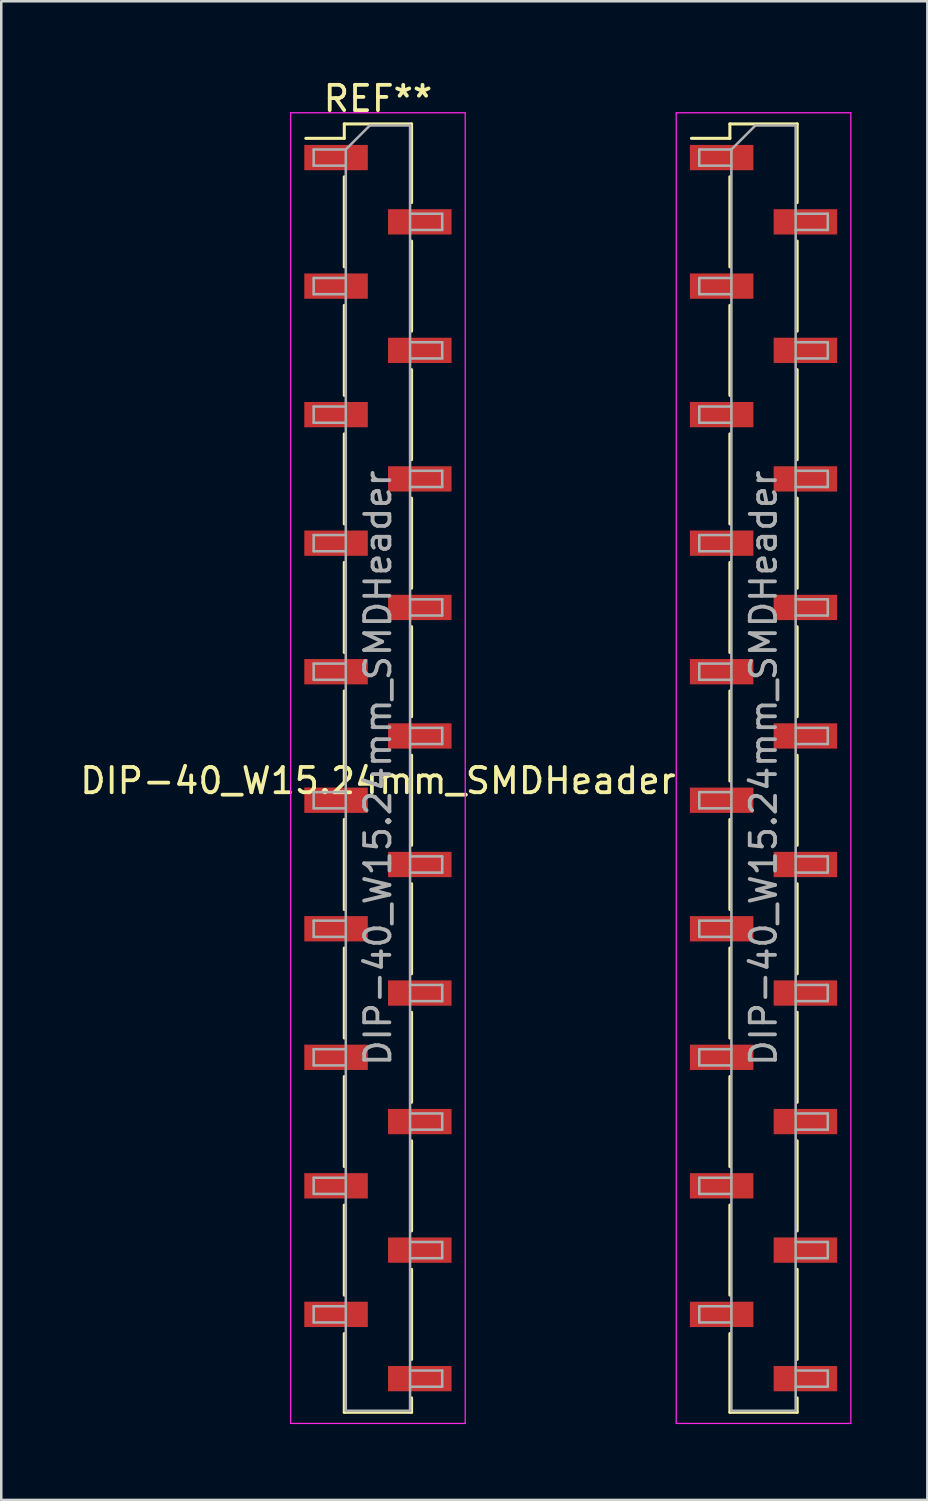
<source format=kicad_pcb>
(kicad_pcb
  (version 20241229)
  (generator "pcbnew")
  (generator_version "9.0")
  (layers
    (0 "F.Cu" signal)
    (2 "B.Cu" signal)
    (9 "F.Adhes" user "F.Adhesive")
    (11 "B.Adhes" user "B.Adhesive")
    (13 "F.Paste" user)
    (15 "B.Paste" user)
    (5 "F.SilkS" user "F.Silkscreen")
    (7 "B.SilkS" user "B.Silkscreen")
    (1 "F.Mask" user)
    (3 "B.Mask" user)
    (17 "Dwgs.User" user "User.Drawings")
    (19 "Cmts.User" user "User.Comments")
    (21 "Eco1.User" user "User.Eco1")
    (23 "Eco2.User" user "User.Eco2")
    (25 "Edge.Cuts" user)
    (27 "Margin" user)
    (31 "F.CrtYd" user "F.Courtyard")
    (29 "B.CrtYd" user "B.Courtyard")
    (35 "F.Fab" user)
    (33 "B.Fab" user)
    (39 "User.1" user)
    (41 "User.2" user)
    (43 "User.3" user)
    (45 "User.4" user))
  (footprint "DIP-40_W15.24mm_SMDHeader"
    (layer "F.Cu")
    (at 11.887 27.308)
    (property "Reference" "DIP-40_W15.24mm_SMDHeader" (at 0 0.5 0) (layer "F.SilkS") (effects (font (size 1 1) (thickness 0.15))))
    (attr through_hole)
    (fp_line (start -1.33 -25.46) (end -1.33 -24.89) (stroke (width 0.12) (type solid)) (layer "F.SilkS"))
    (fp_line (start -1.33 -25.46) (end 1.33 -25.46) (stroke (width 0.12) (type solid)) (layer "F.SilkS"))
    (fp_line (start -1.33 -24.89) (end -2.85 -24.89) (stroke (width 0.12) (type solid)) (layer "F.SilkS"))
    (fp_line (start -1.33 -23.37) (end -1.33 -19.81) (stroke (width 0.12) (type solid)) (layer "F.SilkS"))
    (fp_line (start -1.33 -18.29) (end -1.33 -14.73) (stroke (width 0.12) (type solid)) (layer "F.SilkS"))
    (fp_line (start -1.33 -13.21) (end -1.33 -9.65) (stroke (width 0.12) (type solid)) (layer "F.SilkS"))
    (fp_line (start -1.33 -8.13) (end -1.33 -4.57) (stroke (width 0.12) (type solid)) (layer "F.SilkS"))
    (fp_line (start -1.33 -3.05) (end -1.33 0.51) (stroke (width 0.12) (type solid)) (layer "F.SilkS"))
    (fp_line (start -1.33 2.03) (end -1.33 5.59) (stroke (width 0.12) (type solid)) (layer "F.SilkS"))
    (fp_line (start -1.33 7.11) (end -1.33 10.67) (stroke (width 0.12) (type solid)) (layer "F.SilkS"))
    (fp_line (start -1.33 12.19) (end -1.33 15.75) (stroke (width 0.12) (type solid)) (layer "F.SilkS"))
    (fp_line (start -1.33 17.27) (end -1.33 20.83) (stroke (width 0.12) (type solid)) (layer "F.SilkS"))
    (fp_line (start -1.33 22.35) (end -1.33 25.46) (stroke (width 0.12) (type solid)) (layer "F.SilkS"))
    (fp_line (start -1.33 25.46) (end 1.33 25.46) (stroke (width 0.12) (type solid)) (layer "F.SilkS"))
    (fp_line (start 1.33 -25.46) (end 1.33 -22.35) (stroke (width 0.12) (type solid)) (layer "F.SilkS"))
    (fp_line (start 1.33 -20.83) (end 1.33 -17.27) (stroke (width 0.12) (type solid)) (layer "F.SilkS"))
    (fp_line (start 1.33 -15.75) (end 1.33 -12.19) (stroke (width 0.12) (type solid)) (layer "F.SilkS"))
    (fp_line (start 1.33 -10.67) (end 1.33 -7.11) (stroke (width 0.12) (type solid)) (layer "F.SilkS"))
    (fp_line (start 1.33 -5.59) (end 1.33 -2.03) (stroke (width 0.12) (type solid)) (layer "F.SilkS"))
    (fp_line (start 1.33 -0.51) (end 1.33 3.05) (stroke (width 0.12) (type solid)) (layer "F.SilkS"))
    (fp_line (start 1.33 4.57) (end 1.33 8.13) (stroke (width 0.12) (type solid)) (layer "F.SilkS"))
    (fp_line (start 1.33 9.65) (end 1.33 13.21) (stroke (width 0.12) (type solid)) (layer "F.SilkS"))
    (fp_line (start 1.33 14.73) (end 1.33 18.29) (stroke (width 0.12) (type solid)) (layer "F.SilkS"))
    (fp_line (start 1.33 19.81) (end 1.33 23.37) (stroke (width 0.12) (type solid)) (layer "F.SilkS"))
    (fp_line (start 1.33 24.89) (end 1.33 25.46) (stroke (width 0.12) (type solid)) (layer "F.SilkS"))
    (fp_line (start 13.91 -25.46) (end 13.91 -24.89) (stroke (width 0.12) (type solid)) (layer "F.SilkS"))
    (fp_line (start 13.91 -25.46) (end 16.57 -25.46) (stroke (width 0.12) (type solid)) (layer "F.SilkS"))
    (fp_line (start 13.91 -24.89) (end 12.39 -24.89) (stroke (width 0.12) (type solid)) (layer "F.SilkS"))
    (fp_line (start 13.91 -23.37) (end 13.91 -19.81) (stroke (width 0.12) (type solid)) (layer "F.SilkS"))
    (fp_line (start 13.91 -18.29) (end 13.91 -14.73) (stroke (width 0.12) (type solid)) (layer "F.SilkS"))
    (fp_line (start 13.91 -13.21) (end 13.91 -9.65) (stroke (width 0.12) (type solid)) (layer "F.SilkS"))
    (fp_line (start 13.91 -8.13) (end 13.91 -4.57) (stroke (width 0.12) (type solid)) (layer "F.SilkS"))
    (fp_line (start 13.91 -3.05) (end 13.91 0.51) (stroke (width 0.12) (type solid)) (layer "F.SilkS"))
    (fp_line (start 13.91 2.03) (end 13.91 5.59) (stroke (width 0.12) (type solid)) (layer "F.SilkS"))
    (fp_line (start 13.91 7.11) (end 13.91 10.67) (stroke (width 0.12) (type solid)) (layer "F.SilkS"))
    (fp_line (start 13.91 12.19) (end 13.91 15.75) (stroke (width 0.12) (type solid)) (layer "F.SilkS"))
    (fp_line (start 13.91 17.27) (end 13.91 20.83) (stroke (width 0.12) (type solid)) (layer "F.SilkS"))
    (fp_line (start 13.91 22.35) (end 13.91 25.46) (stroke (width 0.12) (type solid)) (layer "F.SilkS"))
    (fp_line (start 13.91 25.46) (end 16.57 25.46) (stroke (width 0.12) (type solid)) (layer "F.SilkS"))
    (fp_line (start 16.57 -25.46) (end 16.57 -22.35) (stroke (width 0.12) (type solid)) (layer "F.SilkS"))
    (fp_line (start 16.57 -20.83) (end 16.57 -17.27) (stroke (width 0.12) (type solid)) (layer "F.SilkS"))
    (fp_line (start 16.57 -15.75) (end 16.57 -12.19) (stroke (width 0.12) (type solid)) (layer "F.SilkS"))
    (fp_line (start 16.57 -10.67) (end 16.57 -7.11) (stroke (width 0.12) (type solid)) (layer "F.SilkS"))
    (fp_line (start 16.57 -5.59) (end 16.57 -2.03) (stroke (width 0.12) (type solid)) (layer "F.SilkS"))
    (fp_line (start 16.57 -0.51) (end 16.57 3.05) (stroke (width 0.12) (type solid)) (layer "F.SilkS"))
    (fp_line (start 16.57 4.57) (end 16.57 8.13) (stroke (width 0.12) (type solid)) (layer "F.SilkS"))
    (fp_line (start 16.57 9.65) (end 16.57 13.21) (stroke (width 0.12) (type solid)) (layer "F.SilkS"))
    (fp_line (start 16.57 14.73) (end 16.57 18.29) (stroke (width 0.12) (type solid)) (layer "F.SilkS"))
    (fp_line (start 16.57 19.81) (end 16.57 23.37) (stroke (width 0.12) (type solid)) (layer "F.SilkS"))
    (fp_line (start 16.57 24.89) (end 16.57 25.46) (stroke (width 0.12) (type solid)) (layer "F.SilkS"))
    (fp_line (start -3.45 -25.9) (end -3.45 25.9) (stroke (width 0.05) (type solid)) (layer "F.CrtYd"))
    (fp_line (start -3.45 25.9) (end 3.45 25.9) (stroke (width 0.05) (type solid)) (layer "F.CrtYd"))
    (fp_line (start 3.45 -25.9) (end -3.45 -25.9) (stroke (width 0.05) (type solid)) (layer "F.CrtYd"))
    (fp_line (start 3.45 25.9) (end 3.45 -25.9) (stroke (width 0.05) (type solid)) (layer "F.CrtYd"))
    (fp_line (start 11.79 -25.9) (end 11.79 25.9) (stroke (width 0.05) (type solid)) (layer "F.CrtYd"))
    (fp_line (start 11.79 25.9) (end 18.69 25.9) (stroke (width 0.05) (type solid)) (layer "F.CrtYd"))
    (fp_line (start 18.69 -25.9) (end 11.79 -25.9) (stroke (width 0.05) (type solid)) (layer "F.CrtYd"))
    (fp_line (start 18.69 25.9) (end 18.69 -25.9) (stroke (width 0.05) (type solid)) (layer "F.CrtYd"))
    (fp_line (start -2.54 -24.45) (end -2.54 -23.81) (stroke (width 0.1) (type solid)) (layer "F.Fab"))
    (fp_line (start -2.54 -23.81) (end -1.27 -23.81) (stroke (width 0.1) (type solid)) (layer "F.Fab"))
    (fp_line (start -2.54 -19.37) (end -2.54 -18.73) (stroke (width 0.1) (type solid)) (layer "F.Fab"))
    (fp_line (start -2.54 -18.73) (end -1.27 -18.73) (stroke (width 0.1) (type solid)) (layer "F.Fab"))
    (fp_line (start -2.54 -14.29) (end -2.54 -13.65) (stroke (width 0.1) (type solid)) (layer "F.Fab"))
    (fp_line (start -2.54 -13.65) (end -1.27 -13.65) (stroke (width 0.1) (type solid)) (layer "F.Fab"))
    (fp_line (start -2.54 -9.21) (end -2.54 -8.57) (stroke (width 0.1) (type solid)) (layer "F.Fab"))
    (fp_line (start -2.54 -8.57) (end -1.27 -8.57) (stroke (width 0.1) (type solid)) (layer "F.Fab"))
    (fp_line (start -2.54 -4.13) (end -2.54 -3.49) (stroke (width 0.1) (type solid)) (layer "F.Fab"))
    (fp_line (start -2.54 -3.49) (end -1.27 -3.49) (stroke (width 0.1) (type solid)) (layer "F.Fab"))
    (fp_line (start -2.54 0.95) (end -2.54 1.59) (stroke (width 0.1) (type solid)) (layer "F.Fab"))
    (fp_line (start -2.54 1.59) (end -1.27 1.59) (stroke (width 0.1) (type solid)) (layer "F.Fab"))
    (fp_line (start -2.54 6.03) (end -2.54 6.67) (stroke (width 0.1) (type solid)) (layer "F.Fab"))
    (fp_line (start -2.54 6.67) (end -1.27 6.67) (stroke (width 0.1) (type solid)) (layer "F.Fab"))
    (fp_line (start -2.54 11.11) (end -2.54 11.75) (stroke (width 0.1) (type solid)) (layer "F.Fab"))
    (fp_line (start -2.54 11.75) (end -1.27 11.75) (stroke (width 0.1) (type solid)) (layer "F.Fab"))
    (fp_line (start -2.54 16.19) (end -2.54 16.83) (stroke (width 0.1) (type solid)) (layer "F.Fab"))
    (fp_line (start -2.54 16.83) (end -1.27 16.83) (stroke (width 0.1) (type solid)) (layer "F.Fab"))
    (fp_line (start -2.54 21.27) (end -2.54 21.91) (stroke (width 0.1) (type solid)) (layer "F.Fab"))
    (fp_line (start -2.54 21.91) (end -1.27 21.91) (stroke (width 0.1) (type solid)) (layer "F.Fab"))
    (fp_line (start -1.27 -24.45) (end -2.54 -24.45) (stroke (width 0.1) (type solid)) (layer "F.Fab"))
    (fp_line (start -1.27 -24.45) (end -0.32 -25.4) (stroke (width 0.1) (type solid)) (layer "F.Fab"))
    (fp_line (start -1.27 -19.37) (end -2.54 -19.37) (stroke (width 0.1) (type solid)) (layer "F.Fab"))
    (fp_line (start -1.27 -14.29) (end -2.54 -14.29) (stroke (width 0.1) (type solid)) (layer "F.Fab"))
    (fp_line (start -1.27 -9.21) (end -2.54 -9.21) (stroke (width 0.1) (type solid)) (layer "F.Fab"))
    (fp_line (start -1.27 -4.13) (end -2.54 -4.13) (stroke (width 0.1) (type solid)) (layer "F.Fab"))
    (fp_line (start -1.27 0.95) (end -2.54 0.95) (stroke (width 0.1) (type solid)) (layer "F.Fab"))
    (fp_line (start -1.27 6.03) (end -2.54 6.03) (stroke (width 0.1) (type solid)) (layer "F.Fab"))
    (fp_line (start -1.27 11.11) (end -2.54 11.11) (stroke (width 0.1) (type solid)) (layer "F.Fab"))
    (fp_line (start -1.27 16.19) (end -2.54 16.19) (stroke (width 0.1) (type solid)) (layer "F.Fab"))
    (fp_line (start -1.27 21.27) (end -2.54 21.27) (stroke (width 0.1) (type solid)) (layer "F.Fab"))
    (fp_line (start -1.27 25.4) (end -1.27 -24.45) (stroke (width 0.1) (type solid)) (layer "F.Fab"))
    (fp_line (start -0.32 -25.4) (end 1.27 -25.4) (stroke (width 0.1) (type solid)) (layer "F.Fab"))
    (fp_line (start 1.27 -25.4) (end 1.27 25.4) (stroke (width 0.1) (type solid)) (layer "F.Fab"))
    (fp_line (start 1.27 -21.91) (end 2.54 -21.91) (stroke (width 0.1) (type solid)) (layer "F.Fab"))
    (fp_line (start 1.27 -16.83) (end 2.54 -16.83) (stroke (width 0.1) (type solid)) (layer "F.Fab"))
    (fp_line (start 1.27 -11.75) (end 2.54 -11.75) (stroke (width 0.1) (type solid)) (layer "F.Fab"))
    (fp_line (start 1.27 -6.67) (end 2.54 -6.67) (stroke (width 0.1) (type solid)) (layer "F.Fab"))
    (fp_line (start 1.27 -1.59) (end 2.54 -1.59) (stroke (width 0.1) (type solid)) (layer "F.Fab"))
    (fp_line (start 1.27 3.49) (end 2.54 3.49) (stroke (width 0.1) (type solid)) (layer "F.Fab"))
    (fp_line (start 1.27 8.57) (end 2.54 8.57) (stroke (width 0.1) (type solid)) (layer "F.Fab"))
    (fp_line (start 1.27 13.65) (end 2.54 13.65) (stroke (width 0.1) (type solid)) (layer "F.Fab"))
    (fp_line (start 1.27 18.73) (end 2.54 18.73) (stroke (width 0.1) (type solid)) (layer "F.Fab"))
    (fp_line (start 1.27 23.81) (end 2.54 23.81) (stroke (width 0.1) (type solid)) (layer "F.Fab"))
    (fp_line (start 1.27 25.4) (end -1.27 25.4) (stroke (width 0.1) (type solid)) (layer "F.Fab"))
    (fp_line (start 2.54 -21.91) (end 2.54 -21.27) (stroke (width 0.1) (type solid)) (layer "F.Fab"))
    (fp_line (start 2.54 -21.27) (end 1.27 -21.27) (stroke (width 0.1) (type solid)) (layer "F.Fab"))
    (fp_line (start 2.54 -16.83) (end 2.54 -16.19) (stroke (width 0.1) (type solid)) (layer "F.Fab"))
    (fp_line (start 2.54 -16.19) (end 1.27 -16.19) (stroke (width 0.1) (type solid)) (layer "F.Fab"))
    (fp_line (start 2.54 -11.75) (end 2.54 -11.11) (stroke (width 0.1) (type solid)) (layer "F.Fab"))
    (fp_line (start 2.54 -11.11) (end 1.27 -11.11) (stroke (width 0.1) (type solid)) (layer "F.Fab"))
    (fp_line (start 2.54 -6.67) (end 2.54 -6.03) (stroke (width 0.1) (type solid)) (layer "F.Fab"))
    (fp_line (start 2.54 -6.03) (end 1.27 -6.03) (stroke (width 0.1) (type solid)) (layer "F.Fab"))
    (fp_line (start 2.54 -1.59) (end 2.54 -0.95) (stroke (width 0.1) (type solid)) (layer "F.Fab"))
    (fp_line (start 2.54 -0.95) (end 1.27 -0.95) (stroke (width 0.1) (type solid)) (layer "F.Fab"))
    (fp_line (start 2.54 3.49) (end 2.54 4.13) (stroke (width 0.1) (type solid)) (layer "F.Fab"))
    (fp_line (start 2.54 4.13) (end 1.27 4.13) (stroke (width 0.1) (type solid)) (layer "F.Fab"))
    (fp_line (start 2.54 8.57) (end 2.54 9.21) (stroke (width 0.1) (type solid)) (layer "F.Fab"))
    (fp_line (start 2.54 9.21) (end 1.27 9.21) (stroke (width 0.1) (type solid)) (layer "F.Fab"))
    (fp_line (start 2.54 13.65) (end 2.54 14.29) (stroke (width 0.1) (type solid)) (layer "F.Fab"))
    (fp_line (start 2.54 14.29) (end 1.27 14.29) (stroke (width 0.1) (type solid)) (layer "F.Fab"))
    (fp_line (start 2.54 18.73) (end 2.54 19.37) (stroke (width 0.1) (type solid)) (layer "F.Fab"))
    (fp_line (start 2.54 19.37) (end 1.27 19.37) (stroke (width 0.1) (type solid)) (layer "F.Fab"))
    (fp_line (start 2.54 23.81) (end 2.54 24.45) (stroke (width 0.1) (type solid)) (layer "F.Fab"))
    (fp_line (start 2.54 24.45) (end 1.27 24.45) (stroke (width 0.1) (type solid)) (layer "F.Fab"))
    (fp_line (start 12.7 -24.45) (end 12.7 -23.81) (stroke (width 0.1) (type solid)) (layer "F.Fab"))
    (fp_line (start 12.7 -23.81) (end 13.97 -23.81) (stroke (width 0.1) (type solid)) (layer "F.Fab"))
    (fp_line (start 12.7 -19.37) (end 12.7 -18.73) (stroke (width 0.1) (type solid)) (layer "F.Fab"))
    (fp_line (start 12.7 -18.73) (end 13.97 -18.73) (stroke (width 0.1) (type solid)) (layer "F.Fab"))
    (fp_line (start 12.7 -14.29) (end 12.7 -13.65) (stroke (width 0.1) (type solid)) (layer "F.Fab"))
    (fp_line (start 12.7 -13.65) (end 13.97 -13.65) (stroke (width 0.1) (type solid)) (layer "F.Fab"))
    (fp_line (start 12.7 -9.21) (end 12.7 -8.57) (stroke (width 0.1) (type solid)) (layer "F.Fab"))
    (fp_line (start 12.7 -8.57) (end 13.97 -8.57) (stroke (width 0.1) (type solid)) (layer "F.Fab"))
    (fp_line (start 12.7 -4.13) (end 12.7 -3.49) (stroke (width 0.1) (type solid)) (layer "F.Fab"))
    (fp_line (start 12.7 -3.49) (end 13.97 -3.49) (stroke (width 0.1) (type solid)) (layer "F.Fab"))
    (fp_line (start 12.7 0.95) (end 12.7 1.59) (stroke (width 0.1) (type solid)) (layer "F.Fab"))
    (fp_line (start 12.7 1.59) (end 13.97 1.59) (stroke (width 0.1) (type solid)) (layer "F.Fab"))
    (fp_line (start 12.7 6.03) (end 12.7 6.67) (stroke (width 0.1) (type solid)) (layer "F.Fab"))
    (fp_line (start 12.7 6.67) (end 13.97 6.67) (stroke (width 0.1) (type solid)) (layer "F.Fab"))
    (fp_line (start 12.7 11.11) (end 12.7 11.75) (stroke (width 0.1) (type solid)) (layer "F.Fab"))
    (fp_line (start 12.7 11.75) (end 13.97 11.75) (stroke (width 0.1) (type solid)) (layer "F.Fab"))
    (fp_line (start 12.7 16.19) (end 12.7 16.83) (stroke (width 0.1) (type solid)) (layer "F.Fab"))
    (fp_line (start 12.7 16.83) (end 13.97 16.83) (stroke (width 0.1) (type solid)) (layer "F.Fab"))
    (fp_line (start 12.7 21.27) (end 12.7 21.91) (stroke (width 0.1) (type solid)) (layer "F.Fab"))
    (fp_line (start 12.7 21.91) (end 13.97 21.91) (stroke (width 0.1) (type solid)) (layer "F.Fab"))
    (fp_line (start 13.97 -24.45) (end 12.7 -24.45) (stroke (width 0.1) (type solid)) (layer "F.Fab"))
    (fp_line (start 13.97 -24.45) (end 14.92 -25.4) (stroke (width 0.1) (type solid)) (layer "F.Fab"))
    (fp_line (start 13.97 -19.37) (end 12.7 -19.37) (stroke (width 0.1) (type solid)) (layer "F.Fab"))
    (fp_line (start 13.97 -14.29) (end 12.7 -14.29) (stroke (width 0.1) (type solid)) (layer "F.Fab"))
    (fp_line (start 13.97 -9.21) (end 12.7 -9.21) (stroke (width 0.1) (type solid)) (layer "F.Fab"))
    (fp_line (start 13.97 -4.13) (end 12.7 -4.13) (stroke (width 0.1) (type solid)) (layer "F.Fab"))
    (fp_line (start 13.97 0.95) (end 12.7 0.95) (stroke (width 0.1) (type solid)) (layer "F.Fab"))
    (fp_line (start 13.97 6.03) (end 12.7 6.03) (stroke (width 0.1) (type solid)) (layer "F.Fab"))
    (fp_line (start 13.97 11.11) (end 12.7 11.11) (stroke (width 0.1) (type solid)) (layer "F.Fab"))
    (fp_line (start 13.97 16.19) (end 12.7 16.19) (stroke (width 0.1) (type solid)) (layer "F.Fab"))
    (fp_line (start 13.97 21.27) (end 12.7 21.27) (stroke (width 0.1) (type solid)) (layer "F.Fab"))
    (fp_line (start 13.97 25.4) (end 13.97 -24.45) (stroke (width 0.1) (type solid)) (layer "F.Fab"))
    (fp_line (start 14.92 -25.4) (end 16.51 -25.4) (stroke (width 0.1) (type solid)) (layer "F.Fab"))
    (fp_line (start 16.51 -25.4) (end 16.51 25.4) (stroke (width 0.1) (type solid)) (layer "F.Fab"))
    (fp_line (start 16.51 -21.91) (end 17.78 -21.91) (stroke (width 0.1) (type solid)) (layer "F.Fab"))
    (fp_line (start 16.51 -16.83) (end 17.78 -16.83) (stroke (width 0.1) (type solid)) (layer "F.Fab"))
    (fp_line (start 16.51 -11.75) (end 17.78 -11.75) (stroke (width 0.1) (type solid)) (layer "F.Fab"))
    (fp_line (start 16.51 -6.67) (end 17.78 -6.67) (stroke (width 0.1) (type solid)) (layer "F.Fab"))
    (fp_line (start 16.51 -1.59) (end 17.78 -1.59) (stroke (width 0.1) (type solid)) (layer "F.Fab"))
    (fp_line (start 16.51 3.49) (end 17.78 3.49) (stroke (width 0.1) (type solid)) (layer "F.Fab"))
    (fp_line (start 16.51 8.57) (end 17.78 8.57) (stroke (width 0.1) (type solid)) (layer "F.Fab"))
    (fp_line (start 16.51 13.65) (end 17.78 13.65) (stroke (width 0.1) (type solid)) (layer "F.Fab"))
    (fp_line (start 16.51 18.73) (end 17.78 18.73) (stroke (width 0.1) (type solid)) (layer "F.Fab"))
    (fp_line (start 16.51 23.81) (end 17.78 23.81) (stroke (width 0.1) (type solid)) (layer "F.Fab"))
    (fp_line (start 16.51 25.4) (end 13.97 25.4) (stroke (width 0.1) (type solid)) (layer "F.Fab"))
    (fp_line (start 17.78 -21.91) (end 17.78 -21.27) (stroke (width 0.1) (type solid)) (layer "F.Fab"))
    (fp_line (start 17.78 -21.27) (end 16.51 -21.27) (stroke (width 0.1) (type solid)) (layer "F.Fab"))
    (fp_line (start 17.78 -16.83) (end 17.78 -16.19) (stroke (width 0.1) (type solid)) (layer "F.Fab"))
    (fp_line (start 17.78 -16.19) (end 16.51 -16.19) (stroke (width 0.1) (type solid)) (layer "F.Fab"))
    (fp_line (start 17.78 -11.75) (end 17.78 -11.11) (stroke (width 0.1) (type solid)) (layer "F.Fab"))
    (fp_line (start 17.78 -11.11) (end 16.51 -11.11) (stroke (width 0.1) (type solid)) (layer "F.Fab"))
    (fp_line (start 17.78 -6.67) (end 17.78 -6.03) (stroke (width 0.1) (type solid)) (layer "F.Fab"))
    (fp_line (start 17.78 -6.03) (end 16.51 -6.03) (stroke (width 0.1) (type solid)) (layer "F.Fab"))
    (fp_line (start 17.78 -1.59) (end 17.78 -0.95) (stroke (width 0.1) (type solid)) (layer "F.Fab"))
    (fp_line (start 17.78 -0.95) (end 16.51 -0.95) (stroke (width 0.1) (type solid)) (layer "F.Fab"))
    (fp_line (start 17.78 3.49) (end 17.78 4.13) (stroke (width 0.1) (type solid)) (layer "F.Fab"))
    (fp_line (start 17.78 4.13) (end 16.51 4.13) (stroke (width 0.1) (type solid)) (layer "F.Fab"))
    (fp_line (start 17.78 8.57) (end 17.78 9.21) (stroke (width 0.1) (type solid)) (layer "F.Fab"))
    (fp_line (start 17.78 9.21) (end 16.51 9.21) (stroke (width 0.1) (type solid)) (layer "F.Fab"))
    (fp_line (start 17.78 13.65) (end 17.78 14.29) (stroke (width 0.1) (type solid)) (layer "F.Fab"))
    (fp_line (start 17.78 14.29) (end 16.51 14.29) (stroke (width 0.1) (type solid)) (layer "F.Fab"))
    (fp_line (start 17.78 18.73) (end 17.78 19.37) (stroke (width 0.1) (type solid)) (layer "F.Fab"))
    (fp_line (start 17.78 19.37) (end 16.51 19.37) (stroke (width 0.1) (type solid)) (layer "F.Fab"))
    (fp_line (start 17.78 23.81) (end 17.78 24.45) (stroke (width 0.1) (type solid)) (layer "F.Fab"))
    (fp_line (start 17.78 24.45) (end 16.51 24.45) (stroke (width 0.1) (type solid)) (layer "F.Fab"))
    (fp_text user "REF**" (at 0 -26.46 0) (layer "F.SilkS") (effects (font (size 1 1) (thickness 0.15))))
    (fp_text user "${REFERENCE}" (at 15.24 0 90) (layer "F.Fab") (effects (font (size 1 1) (thickness 0.15))))
    (fp_text user "${REFERENCE}" (at 0 0 90) (layer "F.Fab") (effects (font (size 1 1) (thickness 0.15))))
    (pad "1" smd rect (at 13.585 -24.13) (size 2.51 1) (layers "F.Cu" "F.Mask" "F.Paste"))
    (pad "2" smd rect (at 16.895 -21.59) (size 2.51 1) (layers "F.Cu" "F.Mask" "F.Paste"))
    (pad "3" smd rect (at 13.585 -19.05) (size 2.51 1) (layers "F.Cu" "F.Mask" "F.Paste"))
    (pad "4" smd rect (at 16.895 -16.51) (size 2.51 1) (layers "F.Cu" "F.Mask" "F.Paste"))
    (pad "5" smd rect (at 13.585 -13.97) (size 2.51 1) (layers "F.Cu" "F.Mask" "F.Paste"))
    (pad "6" smd rect (at 16.895 -11.43) (size 2.51 1) (layers "F.Cu" "F.Mask" "F.Paste"))
    (pad "7" smd rect (at 13.585 -8.89) (size 2.51 1) (layers "F.Cu" "F.Mask" "F.Paste"))
    (pad "8" smd rect (at 16.895 -6.35) (size 2.51 1) (layers "F.Cu" "F.Mask" "F.Paste"))
    (pad "9" smd rect (at 13.585 -3.81) (size 2.51 1) (layers "F.Cu" "F.Mask" "F.Paste"))
    (pad "10" smd rect (at 16.895 -1.27) (size 2.51 1) (layers "F.Cu" "F.Mask" "F.Paste"))
    (pad "11" smd rect (at 13.585 1.27) (size 2.51 1) (layers "F.Cu" "F.Mask" "F.Paste"))
    (pad "12" smd rect (at 16.895 3.81) (size 2.51 1) (layers "F.Cu" "F.Mask" "F.Paste"))
    (pad "13" smd rect (at 13.585 6.35) (size 2.51 1) (layers "F.Cu" "F.Mask" "F.Paste"))
    (pad "14" smd rect (at 16.895 8.89) (size 2.51 1) (layers "F.Cu" "F.Mask" "F.Paste"))
    (pad "15" smd rect (at 13.585 11.43) (size 2.51 1) (layers "F.Cu" "F.Mask" "F.Paste"))
    (pad "16" smd rect (at 16.895 13.97) (size 2.51 1) (layers "F.Cu" "F.Mask" "F.Paste"))
    (pad "17" smd rect (at 13.585 16.51) (size 2.51 1) (layers "F.Cu" "F.Mask" "F.Paste"))
    (pad "18" smd rect (at 16.895 19.05) (size 2.51 1) (layers "F.Cu" "F.Mask" "F.Paste"))
    (pad "19" smd rect (at 13.585 21.59) (size 2.51 1) (layers "F.Cu" "F.Mask" "F.Paste"))
    (pad "20" smd rect (at 16.895 24.13) (size 2.51 1) (layers "F.Cu" "F.Mask" "F.Paste"))
    (pad "21" smd rect (at 1.655 24.13) (size 2.51 1) (layers "F.Cu" "F.Mask" "F.Paste"))
    (pad "22" smd rect (at -1.655 21.59) (size 2.51 1) (layers "F.Cu" "F.Mask" "F.Paste"))
    (pad "23" smd rect (at 1.655 19.05) (size 2.51 1) (layers "F.Cu" "F.Mask" "F.Paste"))
    (pad "24" smd rect (at -1.655 16.51) (size 2.51 1) (layers "F.Cu" "F.Mask" "F.Paste"))
    (pad "25" smd rect (at 1.655 13.97) (size 2.51 1) (layers "F.Cu" "F.Mask" "F.Paste"))
    (pad "26" smd rect (at -1.655 11.43) (size 2.51 1) (layers "F.Cu" "F.Mask" "F.Paste"))
    (pad "27" smd rect (at 1.655 8.89) (size 2.51 1) (layers "F.Cu" "F.Mask" "F.Paste"))
    (pad "28" smd rect (at -1.655 6.35) (size 2.51 1) (layers "F.Cu" "F.Mask" "F.Paste"))
    (pad "29" smd rect (at 1.655 3.81) (size 2.51 1) (layers "F.Cu" "F.Mask" "F.Paste"))
    (pad "30" smd rect (at -1.655 1.27) (size 2.51 1) (layers "F.Cu" "F.Mask" "F.Paste"))
    (pad "31" smd rect (at 1.655 -1.27) (size 2.51 1) (layers "F.Cu" "F.Mask" "F.Paste"))
    (pad "32" smd rect (at -1.655 -3.81) (size 2.51 1) (layers "F.Cu" "F.Mask" "F.Paste"))
    (pad "33" smd rect (at 1.655 -6.35) (size 2.51 1) (layers "F.Cu" "F.Mask" "F.Paste"))
    (pad "34" smd rect (at -1.655 -8.89) (size 2.51 1) (layers "F.Cu" "F.Mask" "F.Paste"))
    (pad "35" smd rect (at 1.655 -11.43) (size 2.51 1) (layers "F.Cu" "F.Mask" "F.Paste"))
    (pad "36" smd rect (at -1.655 -13.97) (size 2.51 1) (layers "F.Cu" "F.Mask" "F.Paste"))
    (pad "37" smd rect (at 1.655 -16.51) (size 2.51 1) (layers "F.Cu" "F.Mask" "F.Paste"))
    (pad "38" smd rect (at -1.655 -19.05) (size 2.51 1) (layers "F.Cu" "F.Mask" "F.Paste"))
    (pad "39" smd rect (at 1.655 -21.59) (size 2.51 1) (layers "F.Cu" "F.Mask" "F.Paste"))
    (pad "40" smd rect (at -1.655 -24.13) (size 2.51 1) (layers "F.Cu" "F.Mask" "F.Paste")))
  (gr_rect
    (start -3 -3)
    (end 33.602 56.233)
    (stroke (width 0.1) (type default))
    (fill no)
    (layer "Edge.Cuts")))
</source>
